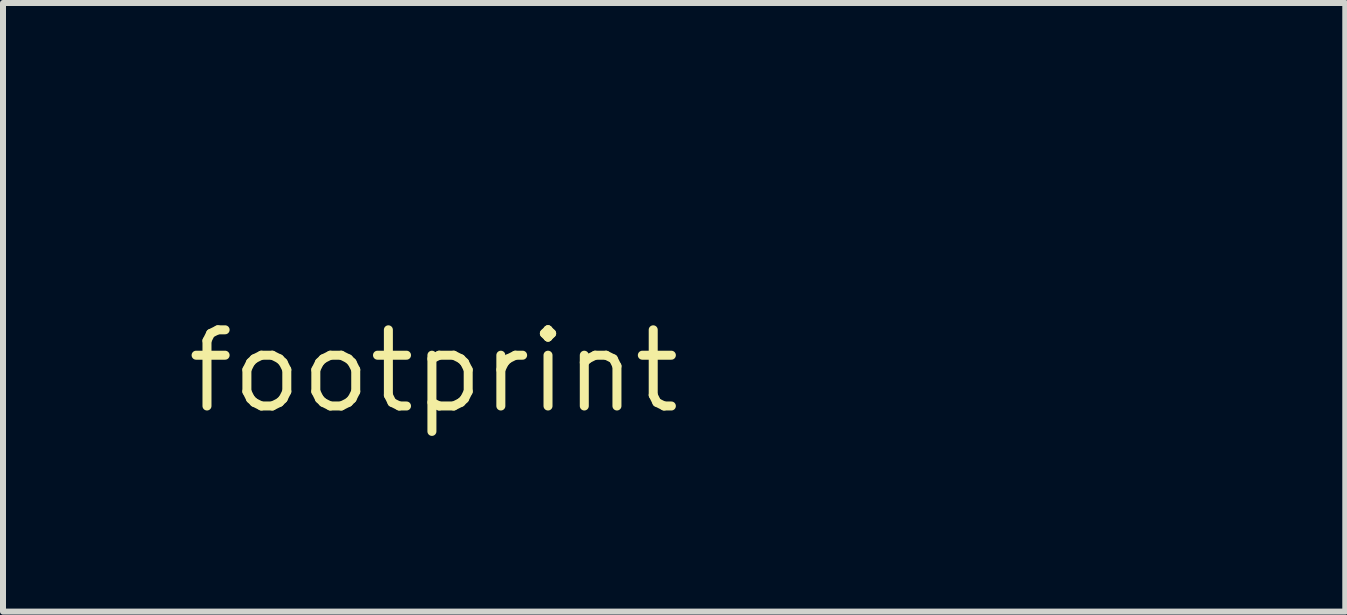
<source format=kicad_pcb>
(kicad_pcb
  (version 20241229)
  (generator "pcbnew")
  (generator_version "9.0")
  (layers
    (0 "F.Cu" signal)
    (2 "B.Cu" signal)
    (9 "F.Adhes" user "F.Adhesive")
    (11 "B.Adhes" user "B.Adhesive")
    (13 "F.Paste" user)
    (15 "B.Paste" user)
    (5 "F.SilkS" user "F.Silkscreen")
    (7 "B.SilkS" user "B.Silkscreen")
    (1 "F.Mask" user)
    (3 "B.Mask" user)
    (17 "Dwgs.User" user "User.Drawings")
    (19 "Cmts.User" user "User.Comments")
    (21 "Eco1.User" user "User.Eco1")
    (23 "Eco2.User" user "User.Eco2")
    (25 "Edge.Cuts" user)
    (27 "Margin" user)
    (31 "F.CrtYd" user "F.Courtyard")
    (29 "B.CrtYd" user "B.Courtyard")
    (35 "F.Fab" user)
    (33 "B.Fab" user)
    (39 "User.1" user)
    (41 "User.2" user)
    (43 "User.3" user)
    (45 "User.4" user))
  (footprint "footprint"
    (layer "F.Cu")
    (at 4.18 3.138)
    (property "Reference" "footprint" (at 0 0 0) (layer "F.SilkS") (effects (font (size 1.27 1.27) (thickness 0.15))))
    (fp_line (start 10.716 -2.517) (end 11.12 -2.517) (stroke (width 0.025) (type solid)) (layer "F.Mask"))
    (fp_line (start 10.716 -0.945) (end 10.716 -2.517) (stroke (width 0.025) (type solid)) (layer "F.Mask"))
    (fp_line (start 11.12 -2.517) (end 11.12 -2.296) (stroke (width 0.025) (type solid)) (layer "F.Mask"))
    (fp_line (start 11.12 -2.296) (end 11.128 -2.296) (stroke (width 0.025) (type solid)) (layer "F.Mask"))
    (fp_line (start 11.138 -1.814) (end 11.138 -0.945) (stroke (width 0.025) (type solid)) (layer "F.Mask"))
    (fp_line (start 11.138 -0.945) (end 10.716 -0.945) (stroke (width 0.025) (type solid)) (layer "F.Mask"))
    (fp_line (start 11.773 -0.955) (end 11.773 -1.92) (stroke (width 0.025) (type solid)) (layer "F.Mask"))
    (fp_line (start 12.182 -2.009) (end 12.182 -0.955) (stroke (width 0.025) (type solid)) (layer "F.Mask"))
    (fp_line (start 12.182 -0.955) (end 11.773 -0.955) (stroke (width 0.025) (type solid)) (layer "F.Mask"))
    (fp_arc (start 11.1379 -1.8821) (mid 11.146106 -1.962214) (end 11.1684 -2.0396) (stroke (width 0.0254) (type solid)) (layer "F.Mask"))
    (fp_arc (start 11.1379 -1.8136) (mid 11.137681 -1.84785) (end 11.1379 -1.8821) (stroke (width 0.0254) (type solid)) (layer "F.Mask"))
    (fp_arc (start 11.1455 -2.3038) (mid 11.137379 -2.298176) (end 11.1277 -2.2962) (stroke (width 0.0254) (type solid)) (layer "F.Mask"))
    (fp_arc (start 11.1582 -2.319) (mid 11.152103 -2.311188) (end 11.1455 -2.3038) (stroke (width 0.0254) (type solid)) (layer "F.Mask"))
    (fp_arc (start 11.1582 -2.319) (mid 11.172158 -2.338081) (end 11.1862 -2.3571) (stroke (width 0.0254) (type solid)) (layer "F.Mask"))
    (fp_arc (start 11.1684 -2.0396) (mid 11.206138 -2.110015) (end 11.2598 -2.1692) (stroke (width 0.0254) (type solid)) (layer "F.Mask"))
    (fp_arc (start 11.1862 -2.3571) (mid 11.2264 -2.404414) (end 11.2725 -2.446) (stroke (width 0.0254) (type solid)) (layer "F.Mask"))
    (fp_arc (start 11.259799 -2.1692) (mid 11.334441 -2.214452) (end 11.4198 -2.2327) (stroke (width 0.0254) (type solid)) (layer "F.Mask"))
    (fp_arc (start 11.2725 -2.446) (mid 11.411238 -2.52384) (end 11.5672 -2.5552) (stroke (width 0.0254) (type solid)) (layer "F.Mask"))
    (fp_arc (start 11.5316 -2.2377) (mid 11.475702 -2.235165) (end 11.4198 -2.2327) (stroke (width 0.0254) (type solid)) (layer "F.Mask"))
    (fp_arc (start 11.5316 -2.2377) (mid 11.565101 -2.235924) (end 11.5976 -2.2276) (stroke (width 0.0254) (type solid)) (layer "F.Mask"))
    (fp_arc (start 11.5672 -2.5552) (mid 11.667584 -2.556058) (end 11.7678 -2.5502) (stroke (width 0.0254) (type solid)) (layer "F.Mask"))
    (fp_arc (start 11.5976 -2.2276) (mid 11.664346 -2.1894) (end 11.7145 -2.1311) (stroke (width 0.0254) (type solid)) (layer "F.Mask"))
    (fp_arc (start 11.7145 -2.1311) (mid 11.758038 -2.02962) (end 11.7729 -1.9202) (stroke (width 0.0254) (type solid)) (layer "F.Mask"))
    (fp_arc (start 11.7678 -2.5502) (mid 11.911985 -2.511161) (end 12.0345 -2.425699) (stroke (width 0.0254) (type solid)) (layer "F.Mask"))
    (fp_arc (start 12.0345 -2.4257) (mid 12.104013 -2.336521) (end 12.1488 -2.232699) (stroke (width 0.0254) (type solid)) (layer "F.Mask"))
    (fp_arc (start 12.1488 -2.2327) (mid 12.172766 -2.122002) (end 12.1818 -2.0091) (stroke (width 0.0254) (type solid)) (layer "F.Mask"))
    (fp_poly (pts (xy 6.734 -1.974) (xy 7.285 -2.525) (xy 7.788 -2.525) (xy 7.197 -1.946) (xy 7.87 -0.937) (xy 7.331 -0.94) (xy 6.904 -1.644) (xy 6.739 -1.483) (xy 6.739 -0.93) (xy 6.307 -0.93) (xy 6.294 -0.942) (xy 6.294 -2.888) (xy 6.734 -3.138)) (stroke (width 0) (type solid)) (fill yes) (layer "F.Mask"))
    (fp_poly (pts (xy 6.132 -2.557) (xy 6.132 -2.146) (xy 6.116 -2.146) (xy 6.107 -2.147) (xy 6.098 -2.149) (xy 6.068 -2.157) (xy 6.039 -2.162) (xy 5.963 -2.165) (xy 5.888 -2.162) (xy 5.732 -2.107) (xy 5.638 -2.019) (xy 5.577 -1.903) (xy 5.55 -1.736) (xy 5.55 -0.942) (xy 5.108 -0.942) (xy 5.111 -2.454) (xy 5.522 -2.527) (xy 5.522 -2.234) (xy 5.527 -2.236) (xy 5.544 -2.263) (xy 5.579 -2.315) (xy 5.614 -2.368) (xy 5.687 -2.438) (xy 5.778 -2.498) (xy 5.98 -2.566)) (stroke (width 0) (type solid)) (fill yes) (layer "F.Mask"))
    (fp_poly (pts (xy 2.835 -2.506) (xy 2.927 -2.451) (xy 3.012 -2.384) (xy 3.127 -2.222) (xy 3.127 -2.264) (xy 3.219 -1.973) (xy 3.236 -1.527) (xy 3.069 -1.136) (xy 2.976 -1.041) (xy 2.865 -0.971) (xy 2.74 -0.927) (xy 2.372 -0.922) (xy 2.37 -0.922) (xy 2.254 -0.963) (xy 2.083 -1.128) (xy 2.083 0.011) (xy 1.643 -0.386) (xy 1.643 -2.459) (xy 2.058 -2.538) (xy 2.055 -2.331) (xy 2.068 -2.345) (xy 2.158 -2.443) (xy 2.234 -2.498) (xy 2.369 -2.552) (xy 2.419 -2.563) (xy 2.62 -2.565)) (stroke (width 0) (type solid)) (fill yes) (layer "F.Mask"))
    (fp_poly (pts (xy 8.809 -3.12) (xy 8.875 -3.117) (xy 8.89 -3.117) (xy 8.89 -2.789) (xy 8.869 -2.789) (xy 8.841 -2.792) (xy 8.66 -2.792) (xy 8.588 -2.74) (xy 8.571 -2.7) (xy 8.565 -2.653) (xy 8.565 -2.527) (xy 8.862 -2.527) (xy 8.862 -2.235) (xy 8.562 -2.235) (xy 8.562 -0.932) (xy 8.12 -0.932) (xy 8.12 -2.233) (xy 7.704 -2.235) (xy 7.996 -2.527) (xy 8.126 -2.527) (xy 8.126 -2.561) (xy 8.143 -2.777) (xy 8.219 -2.939) (xy 8.324 -3.033) (xy 8.45 -3.096) (xy 8.586 -3.124) (xy 8.743 -3.124)) (stroke (width 0) (type solid)) (fill yes) (layer "F.Mask"))
    (fp_poly (pts (xy 9.423 -1.521) (xy 9.473 -1.36) (xy 9.516 -1.308) (xy 9.573 -1.272) (xy 9.714 -1.241) (xy 9.854 -1.269) (xy 10.003 -1.443) (xy 10.033 -1.685) (xy 10.033 -2.527) (xy 10.48 -2.527) (xy 10.48 -0.94) (xy 10.053 -0.94) (xy 10.053 -1.16) (xy 9.962 -1.052) (xy 9.824 -0.947) (xy 9.797 -0.934) (xy 9.769 -0.925) (xy 9.468 -0.899) (xy 9.311 -0.929) (xy 9.174 -1.001) (xy 9.173 -1.001) (xy 9.155 -1.015) (xy 9.142 -1.028) (xy 9.056 -1.151) (xy 9.002 -1.291) (xy 8.984 -1.439) (xy 8.984 -2.532) (xy 9.423 -2.532)) (stroke (width 0) (type solid)) (fill yes) (layer "F.Mask"))
    (fp_poly (pts (xy 11.771 -2.563) (xy 12.043 -2.436) (xy 12.161 -2.237) (xy 12.194 -2.01) (xy 12.194 -0.942) (xy 11.76 -0.942) (xy 11.76 -1.918) (xy 11.703 -2.125) (xy 11.656 -2.179) (xy 11.593 -2.215) (xy 11.531 -2.225) (xy 11.476 -2.222) (xy 11.422 -2.22) (xy 11.268 -2.159) (xy 11.18 -2.035) (xy 11.151 -1.881) (xy 11.151 -0.932) (xy 10.704 -0.932) (xy 10.704 -2.53) (xy 11.133 -2.53) (xy 11.133 -2.31) (xy 11.137 -2.313) (xy 11.148 -2.327) (xy 11.162 -2.346) (xy 11.176 -2.365) (xy 11.217 -2.413) (xy 11.265 -2.456) (xy 11.407 -2.536) (xy 11.566 -2.568)) (stroke (width 0) (type solid)) (fill yes) (layer "F.Mask"))
    (fp_poly (pts (xy 1.202 -2.29) (xy 1.414 -2.156) (xy 1.424 -2.065) (xy 1.01 -2.065) (xy 1.001 -2.126) (xy 0.936 -2.221) (xy 0.872 -2.258) (xy 0.799 -2.276) (xy 0.629 -2.276) (xy 0.584 -2.267) (xy 0.542 -2.252) (xy 0.512 -2.232) (xy 0.489 -2.206) (xy 0.469 -2.153) (xy 0.475 -2.098) (xy 0.522 -2.032) (xy 0.664 -1.963) (xy 0.867 -1.922) (xy 1.207 -1.823) (xy 1.354 -1.729) (xy 1.39 -1.692) (xy 1.417 -1.648) (xy 1.46 -1.44) (xy 1.448 -1.438) (xy 1.46 -1.437) (xy 1.458 -1.385) (xy 1.453 -1.33) (xy 1.372 -1.14) (xy 1.149 -0.97) (xy 1.013 -0.927) (xy 0.747 -0.904) (xy 0.617 -0.91) (xy 0.487 -0.922) (xy 0.307 -0.984) (xy 0.185 -1.062) (xy 0.109 -1.132) (xy 0.057 -1.222) (xy 0.013 -1.351) (xy 0.003 -1.411) (xy -0.002 -1.469) (xy 0.738 -1.103) (xy 1.121 -1.189) (xy 1.224 -1.498) (xy 0.809 -1.724) (xy 0.364 -1.988) (xy 0.308 -2.311) (xy 0.742 -2.424)) (stroke (width 0) (type solid)) (fill yes) (layer "F.Mask"))
    (fp_poly (pts (xy 0.803 -2.568) (xy 0.944 -2.554) (xy 1.082 -2.516) (xy 1.194 -2.461) (xy 1.292 -2.384) (xy 1.357 -2.298) (xy 1.377 -2.258) (xy 1.394 -2.217) (xy 1.417 -2.152) (xy 1.354 -2.105) (xy 1.152 -2.254) (xy 0.736 -2.387) (xy 0.373 -2.277) (xy 0.418 -2.02) (xy 1.242 -1.541) (xy 1.263 -1.497) (xy 1.148 -1.152) (xy 0.725 -1.058) (xy -0.039 -1.46) (xy 0.411 -1.46) (xy 0.411 -1.443) (xy 0.42 -1.37) (xy 0.455 -1.306) (xy 0.524 -1.243) (xy 0.611 -1.206) (xy 0.638 -1.201) (xy 0.666 -1.199) (xy 0.733 -1.198) (xy 0.798 -1.199) (xy 0.968 -1.258) (xy 1.008 -1.302) (xy 1.029 -1.358) (xy 1.026 -1.425) (xy 0.996 -1.485) (xy 0.944 -1.528) (xy 0.715 -1.606) (xy 0.533 -1.644) (xy 0.351 -1.692) (xy 0.23 -1.744) (xy 0.122 -1.823) (xy 0.046 -1.96) (xy 0.046 -1.963) (xy 0.039 -2.135) (xy 0.084 -2.3) (xy 0.084 -2.303) (xy 0.206 -2.444) (xy 0.62 -2.568) (xy 0.712 -2.569)) (stroke (width 0) (type solid)) (fill yes) (layer "F.Mask"))
    (fp_poly (pts (xy 4.445 -2.545) (xy 4.589 -2.502) (xy 4.723 -2.431) (xy 4.845 -2.272) (xy 4.86 -2.182) (xy 4.862 -2.182) (xy 4.862 -1.689) (xy 4.864 -1.689) (xy 4.862 -1.243) (xy 4.872 -1.109) (xy 4.907 -0.979) (xy 4.92 -0.942) (xy 4.495 -0.942) (xy 4.477 -0.951) (xy 4.472 -0.971) (xy 4.468 -0.985) (xy 4.446 -1.085) (xy 4.44 -1.09) (xy 4.439 -1.089) (xy 4.309 -0.989) (xy 4.153 -0.927) (xy 3.824 -0.907) (xy 3.684 -0.938) (xy 3.554 -1) (xy 3.487 -1.057) (xy 3.437 -1.131) (xy 3.381 -1.444) (xy 3.381 -1.447) (xy 3.402 -1.544) (xy 3.446 -1.633) (xy 3.528 -1.723) (xy 3.632 -1.785) (xy 3.937 -1.862) (xy 4.049 -1.874) (xy 4.159 -1.885) (xy 4.225 -1.893) (xy 4.289 -1.907) (xy 4.336 -1.924) (xy 4.379 -1.948) (xy 4.407 -1.974) (xy 4.413 -1.983) (xy 4.417 -1.991) (xy 4.417 -2.15) (xy 4.358 -2.232) (xy 4.254 -2.271) (xy 4.188 -2.274) (xy 4.121 -2.276) (xy 4.007 -2.254) (xy 3.883 -2.132) (xy 3.866 -2.046) (xy 3.866 -2.03) (xy 3.429 -2.03) (xy 3.429 -2.04) (xy 3.419 -2.042) (xy 3.439 -2.166) (xy 3.491 -2.283) (xy 3.571 -2.383) (xy 3.674 -2.46) (xy 3.792 -2.513) (xy 3.917 -2.547) (xy 4.181 -2.571)) (stroke (width 0) (type solid)) (fill yes) (layer "F.Mask")))
  (gr_rect
    (start -3 -3)
    (end 19.375 7.145)
    (stroke (width 0.1) (type default))
    (fill no)
    (layer "Edge.Cuts")))
</source>
